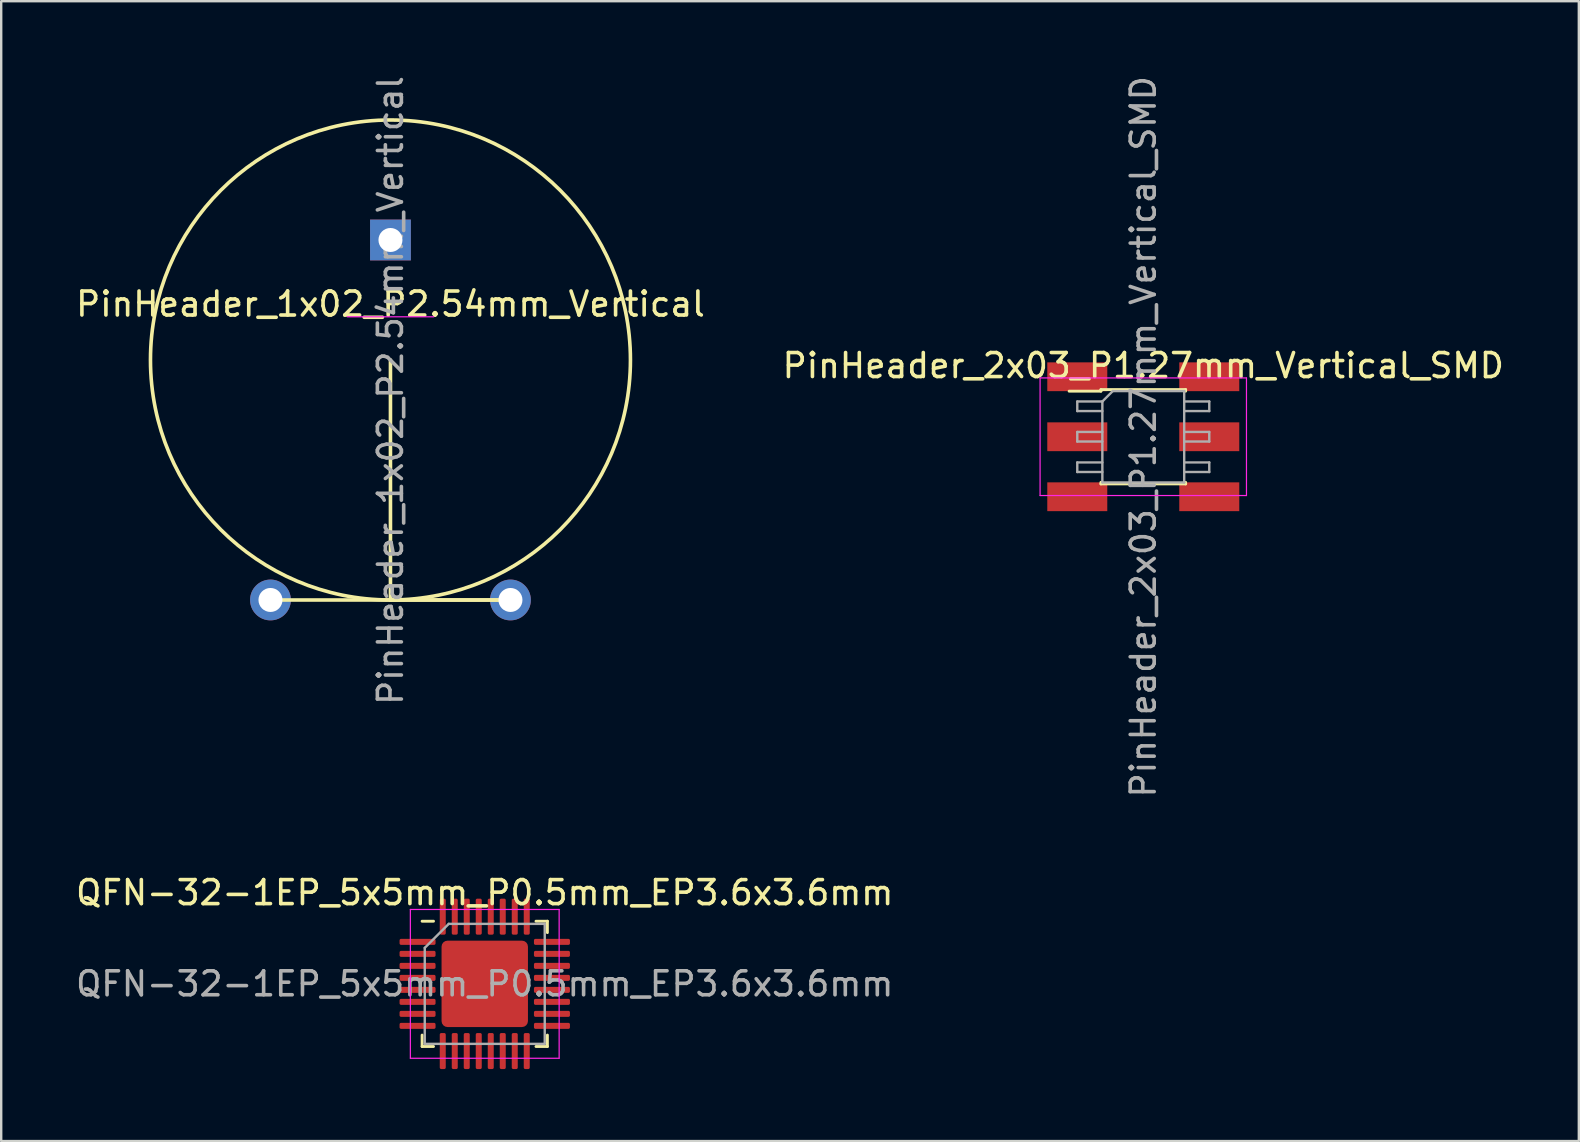
<source format=kicad_pcb>
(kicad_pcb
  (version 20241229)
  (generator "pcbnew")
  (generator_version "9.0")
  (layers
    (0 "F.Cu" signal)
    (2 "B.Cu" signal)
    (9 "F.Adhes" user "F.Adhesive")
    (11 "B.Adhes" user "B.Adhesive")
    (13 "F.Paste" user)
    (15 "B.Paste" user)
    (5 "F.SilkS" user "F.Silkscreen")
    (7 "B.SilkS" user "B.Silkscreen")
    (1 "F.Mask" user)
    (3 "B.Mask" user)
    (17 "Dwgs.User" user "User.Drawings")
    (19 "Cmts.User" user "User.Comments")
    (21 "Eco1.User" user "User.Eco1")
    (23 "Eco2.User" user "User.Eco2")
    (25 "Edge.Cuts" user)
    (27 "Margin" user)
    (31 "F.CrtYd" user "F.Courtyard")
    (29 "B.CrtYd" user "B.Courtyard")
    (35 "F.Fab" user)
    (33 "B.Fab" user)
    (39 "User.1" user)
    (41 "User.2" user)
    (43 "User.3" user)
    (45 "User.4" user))
  (footprint "PinHeader_1x02_P2.54mm_Vertical"
    (layer "F.Cu")
    (at 13.22 11.95)
    (property "Reference" "PinHeader_1x02_P2.54mm_Vertical" (at 0 -2.33 0) (layer "F.SilkS") (effects (font (size 1 1) (thickness 0.15))))
    (attr through_hole)
    (fp_line (start 0 0) (end 0 10) (stroke (width 0.15) (type solid)) (layer "F.SilkS"))
    (fp_line (start 0 10) (end -5 10) (stroke (width 0.15) (type solid)) (layer "F.SilkS"))
    (fp_line (start 0 10) (end 5 10) (stroke (width 0.15) (type solid)) (layer "F.SilkS"))
    (fp_line (start 5 10) (end 0 10) (stroke (width 0.15) (type solid)) (layer "F.SilkS"))
    (fp_circle (center 0 0) (end 10 0) (stroke (width 0.15) (type solid)) (fill no) (layer "F.SilkS"))
    (fp_line (start 1.8 -1.8) (end -1.8 -1.8) (stroke (width 0.05) (type solid)) (layer "F.CrtYd"))
    (fp_text user "${REFERENCE}" (at 0 1.27 90) (layer "F.Fab") (effects (font (size 1 1) (thickness 0.15))))
    (pad "1" thru_hole rect (at 0 -5) (size 1.7 1.7) (drill 1) (layers "*.Cu" "*.Mask"))
    (pad "2" thru_hole oval (at -5 10) (size 1.7 1.7) (drill 1) (layers "*.Cu" "*.Mask"))
    (pad "2" thru_hole oval (at 5 10) (size 1.7 1.7) (drill 1) (layers "*.Cu" "*.Mask")))
  (footprint "QFN-32-1EP_5x5mm_P0.5mm_EP3.6x3.6mm"
    (layer "F.Cu")
    (at 17.149 37.946)
    (property "Reference" "QFN-32-1EP_5x5mm_P0.5mm_EP3.6x3.6mm" (at 0 -3.8 0) (layer "F.SilkS") (effects (font (size 1 1) (thickness 0.15))))
    (attr smd)
    (fp_line (start -2.61 2.61) (end -2.61 2.135) (stroke (width 0.12) (type solid)) (layer "F.SilkS"))
    (fp_line (start -2.135 -2.61) (end -2.61 -2.61) (stroke (width 0.12) (type solid)) (layer "F.SilkS"))
    (fp_line (start -2.135 2.61) (end -2.61 2.61) (stroke (width 0.12) (type solid)) (layer "F.SilkS"))
    (fp_line (start 2.135 -2.61) (end 2.61 -2.61) (stroke (width 0.12) (type solid)) (layer "F.SilkS"))
    (fp_line (start 2.135 2.61) (end 2.61 2.61) (stroke (width 0.12) (type solid)) (layer "F.SilkS"))
    (fp_line (start 2.61 -2.61) (end 2.61 -2.135) (stroke (width 0.12) (type solid)) (layer "F.SilkS"))
    (fp_line (start 2.61 2.61) (end 2.61 2.135) (stroke (width 0.12) (type solid)) (layer "F.SilkS"))
    (fp_line (start -3.1 -3.1) (end -3.1 3.1) (stroke (width 0.05) (type solid)) (layer "F.CrtYd"))
    (fp_line (start -3.1 3.1) (end 3.1 3.1) (stroke (width 0.05) (type solid)) (layer "F.CrtYd"))
    (fp_line (start 3.1 -3.1) (end -3.1 -3.1) (stroke (width 0.05) (type solid)) (layer "F.CrtYd"))
    (fp_line (start 3.1 3.1) (end 3.1 -3.1) (stroke (width 0.05) (type solid)) (layer "F.CrtYd"))
    (fp_line (start -2.5 -1.5) (end -1.5 -2.5) (stroke (width 0.1) (type solid)) (layer "F.Fab"))
    (fp_line (start -2.5 2.5) (end -2.5 -1.5) (stroke (width 0.1) (type solid)) (layer "F.Fab"))
    (fp_line (start -1.5 -2.5) (end 2.5 -2.5) (stroke (width 0.1) (type solid)) (layer "F.Fab"))
    (fp_line (start 2.5 -2.5) (end 2.5 2.5) (stroke (width 0.1) (type solid)) (layer "F.Fab"))
    (fp_line (start 2.5 2.5) (end -2.5 2.5) (stroke (width 0.1) (type solid)) (layer "F.Fab"))
    (fp_text user "${REFERENCE}" (at 0 0 0) (layer "F.Fab") (effects (font (size 1 1) (thickness 0.15))))
    (pad "" smd roundrect (at -1.2 -1.2) (size 0.97 0.97) (layers "F.Paste") (roundrect_rratio 0.25))
    (pad "" smd roundrect (at -1.2 0) (size 0.97 0.97) (layers "F.Paste") (roundrect_rratio 0.25))
    (pad "" smd roundrect (at -1.2 1.2) (size 0.97 0.97) (layers "F.Paste") (roundrect_rratio 0.25))
    (pad "" smd roundrect (at 0 -1.2) (size 0.97 0.97) (layers "F.Paste") (roundrect_rratio 0.25))
    (pad "" smd roundrect (at 0 0) (size 0.97 0.97) (layers "F.Paste") (roundrect_rratio 0.25))
    (pad "" smd roundrect (at 0 1.2) (size 0.97 0.97) (layers "F.Paste") (roundrect_rratio 0.25))
    (pad "" smd roundrect (at 1.2 -1.2) (size 0.97 0.97) (layers "F.Paste") (roundrect_rratio 0.25))
    (pad "" smd roundrect (at 1.2 0) (size 0.97 0.97) (layers "F.Paste") (roundrect_rratio 0.25))
    (pad "" smd roundrect (at 1.2 1.2) (size 0.97 0.97) (layers "F.Paste") (roundrect_rratio 0.25))
    (pad "1" smd roundrect (at -2.8 -1.75) (size 1.5 0.25) (layers "F.Cu" "F.Mask" "F.Paste") (roundrect_rratio 0.25))
    (pad "2" smd roundrect (at -2.8 -1.25) (size 1.5 0.25) (layers "F.Cu" "F.Mask" "F.Paste") (roundrect_rratio 0.25))
    (pad "3" smd roundrect (at -2.8 -0.75) (size 1.5 0.25) (layers "F.Cu" "F.Mask" "F.Paste") (roundrect_rratio 0.25))
    (pad "4" smd roundrect (at -2.8 -0.25) (size 1.5 0.25) (layers "F.Cu" "F.Mask" "F.Paste") (roundrect_rratio 0.25))
    (pad "5" smd roundrect (at -2.8 0.25) (size 1.5 0.25) (layers "F.Cu" "F.Mask" "F.Paste") (roundrect_rratio 0.25))
    (pad "6" smd roundrect (at -2.8 0.75) (size 1.5 0.25) (layers "F.Cu" "F.Mask" "F.Paste") (roundrect_rratio 0.25))
    (pad "7" smd roundrect (at -2.8 1.25) (size 1.5 0.25) (layers "F.Cu" "F.Mask" "F.Paste") (roundrect_rratio 0.25))
    (pad "8" smd roundrect (at -2.8 1.75) (size 1.5 0.25) (layers "F.Cu" "F.Mask" "F.Paste") (roundrect_rratio 0.25))
    (pad "9" smd roundrect (at -1.75 2.8) (size 0.25 1.5) (layers "F.Cu" "F.Mask" "F.Paste") (roundrect_rratio 0.25))
    (pad "10" smd roundrect (at -1.25 2.8) (size 0.25 1.5) (layers "F.Cu" "F.Mask" "F.Paste") (roundrect_rratio 0.25))
    (pad "11" smd roundrect (at -0.75 2.8) (size 0.25 1.5) (layers "F.Cu" "F.Mask" "F.Paste") (roundrect_rratio 0.25))
    (pad "12" smd roundrect (at -0.25 2.8) (size 0.25 1.5) (layers "F.Cu" "F.Mask" "F.Paste") (roundrect_rratio 0.25))
    (pad "13" smd roundrect (at 0.25 2.8) (size 0.25 1.5) (layers "F.Cu" "F.Mask" "F.Paste") (roundrect_rratio 0.25))
    (pad "14" smd roundrect (at 0.75 2.8) (size 0.25 1.5) (layers "F.Cu" "F.Mask" "F.Paste") (roundrect_rratio 0.25))
    (pad "15" smd roundrect (at 1.25 2.8) (size 0.25 1.5) (layers "F.Cu" "F.Mask" "F.Paste") (roundrect_rratio 0.25))
    (pad "16" smd roundrect (at 1.75 2.8) (size 0.25 1.5) (layers "F.Cu" "F.Mask" "F.Paste") (roundrect_rratio 0.25))
    (pad "17" smd roundrect (at 2.8 1.75) (size 1.5 0.25) (layers "F.Cu" "F.Mask" "F.Paste") (roundrect_rratio 0.25))
    (pad "18" smd roundrect (at 2.8 1.25) (size 1.5 0.25) (layers "F.Cu" "F.Mask" "F.Paste") (roundrect_rratio 0.25))
    (pad "19" smd roundrect (at 2.8 0.75) (size 1.5 0.25) (layers "F.Cu" "F.Mask" "F.Paste") (roundrect_rratio 0.25))
    (pad "20" smd roundrect (at 2.8 0.25) (size 1.5 0.25) (layers "F.Cu" "F.Mask" "F.Paste") (roundrect_rratio 0.25))
    (pad "21" smd roundrect (at 2.8 -0.25) (size 1.5 0.25) (layers "F.Cu" "F.Mask" "F.Paste") (roundrect_rratio 0.25))
    (pad "22" smd roundrect (at 2.8 -0.75) (size 1.5 0.25) (layers "F.Cu" "F.Mask" "F.Paste") (roundrect_rratio 0.25))
    (pad "23" smd roundrect (at 2.8 -1.25) (size 1.5 0.25) (layers "F.Cu" "F.Mask" "F.Paste") (roundrect_rratio 0.25))
    (pad "24" smd roundrect (at 2.8 -1.75) (size 1.5 0.25) (layers "F.Cu" "F.Mask" "F.Paste") (roundrect_rratio 0.25))
    (pad "25" smd roundrect (at 1.75 -2.8) (size 0.25 1.5) (layers "F.Cu" "F.Mask" "F.Paste") (roundrect_rratio 0.25))
    (pad "26" smd roundrect (at 1.25 -2.8) (size 0.25 1.5) (layers "F.Cu" "F.Mask" "F.Paste") (roundrect_rratio 0.25))
    (pad "27" smd roundrect (at 0.75 -2.8) (size 0.25 1.5) (layers "F.Cu" "F.Mask" "F.Paste") (roundrect_rratio 0.25))
    (pad "28" smd roundrect (at 0.25 -2.8) (size 0.25 1.5) (layers "F.Cu" "F.Mask" "F.Paste") (roundrect_rratio 0.25))
    (pad "29" smd roundrect (at -0.25 -2.8) (size 0.25 1.5) (layers "F.Cu" "F.Mask" "F.Paste") (roundrect_rratio 0.25))
    (pad "30" smd roundrect (at -0.75 -2.8) (size 0.25 1.5) (layers "F.Cu" "F.Mask" "F.Paste") (roundrect_rratio 0.25))
    (pad "31" smd roundrect (at -1.25 -2.8) (size 0.25 1.5) (layers "F.Cu" "F.Mask" "F.Paste") (roundrect_rratio 0.25))
    (pad "32" smd roundrect (at -1.75 -2.8) (size 0.25 1.5) (layers "F.Cu" "F.Mask" "F.Paste") (roundrect_rratio 0.25))
    (pad "33" smd roundrect (at 0 0) (size 3.6 3.6) (layers "F.Cu" "F.Mask") (roundrect_rratio 0.069)))
  (footprint "PinHeader_2x03_P1.27mm_Vertical_SMD"
    (layer "F.Cu")
    (at 44.589 15.149)
    (property "Reference" "PinHeader_2x03_P1.27mm_Vertical_SMD" (at 0 -2.965 0) (layer "F.SilkS") (effects (font (size 1 1) (thickness 0.15))))
    (attr smd)
    (fp_line (start -3.09 -1.9) (end -1.765 -1.9) (stroke (width 0.12) (type solid)) (layer "F.SilkS"))
    (fp_line (start -1.765 -1.965) (end -1.765 -1.9) (stroke (width 0.12) (type solid)) (layer "F.SilkS"))
    (fp_line (start -1.765 -1.965) (end 1.765 -1.965) (stroke (width 0.12) (type solid)) (layer "F.SilkS"))
    (fp_line (start -1.765 1.9) (end -1.765 1.965) (stroke (width 0.12) (type solid)) (layer "F.SilkS"))
    (fp_line (start -1.765 1.965) (end 1.765 1.965) (stroke (width 0.12) (type solid)) (layer "F.SilkS"))
    (fp_line (start 1.765 -1.965) (end 1.765 -1.9) (stroke (width 0.12) (type solid)) (layer "F.SilkS"))
    (fp_line (start 1.765 1.9) (end 1.765 1.965) (stroke (width 0.12) (type solid)) (layer "F.SilkS"))
    (fp_line (start -4.3 -2.45) (end -4.3 2.45) (stroke (width 0.05) (type solid)) (layer "F.CrtYd"))
    (fp_line (start -4.3 2.45) (end 4.3 2.45) (stroke (width 0.05) (type solid)) (layer "F.CrtYd"))
    (fp_line (start 4.3 -2.45) (end -4.3 -2.45) (stroke (width 0.05) (type solid)) (layer "F.CrtYd"))
    (fp_line (start 4.3 2.45) (end 4.3 -2.45) (stroke (width 0.05) (type solid)) (layer "F.CrtYd"))
    (fp_line (start -2.75 -1.47) (end -2.75 -1.07) (stroke (width 0.1) (type solid)) (layer "F.Fab"))
    (fp_line (start -2.75 -1.07) (end -1.705 -1.07) (stroke (width 0.1) (type solid)) (layer "F.Fab"))
    (fp_line (start -2.75 -0.2) (end -2.75 0.2) (stroke (width 0.1) (type solid)) (layer "F.Fab"))
    (fp_line (start -2.75 0.2) (end -1.705 0.2) (stroke (width 0.1) (type solid)) (layer "F.Fab"))
    (fp_line (start -2.75 1.07) (end -2.75 1.47) (stroke (width 0.1) (type solid)) (layer "F.Fab"))
    (fp_line (start -2.75 1.47) (end -1.705 1.47) (stroke (width 0.1) (type solid)) (layer "F.Fab"))
    (fp_line (start -1.705 -1.47) (end -2.75 -1.47) (stroke (width 0.1) (type solid)) (layer "F.Fab"))
    (fp_line (start -1.705 -1.47) (end -1.27 -1.905) (stroke (width 0.1) (type solid)) (layer "F.Fab"))
    (fp_line (start -1.705 -0.2) (end -2.75 -0.2) (stroke (width 0.1) (type solid)) (layer "F.Fab"))
    (fp_line (start -1.705 1.07) (end -2.75 1.07) (stroke (width 0.1) (type solid)) (layer "F.Fab"))
    (fp_line (start -1.705 1.905) (end -1.705 -1.47) (stroke (width 0.1) (type solid)) (layer "F.Fab"))
    (fp_line (start -1.27 -1.905) (end 1.705 -1.905) (stroke (width 0.1) (type solid)) (layer "F.Fab"))
    (fp_line (start 1.705 -1.905) (end 1.705 1.905) (stroke (width 0.1) (type solid)) (layer "F.Fab"))
    (fp_line (start 1.705 -1.47) (end 2.75 -1.47) (stroke (width 0.1) (type solid)) (layer "F.Fab"))
    (fp_line (start 1.705 -0.2) (end 2.75 -0.2) (stroke (width 0.1) (type solid)) (layer "F.Fab"))
    (fp_line (start 1.705 1.07) (end 2.75 1.07) (stroke (width 0.1) (type solid)) (layer "F.Fab"))
    (fp_line (start 1.705 1.905) (end -1.705 1.905) (stroke (width 0.1) (type solid)) (layer "F.Fab"))
    (fp_line (start 2.75 -1.47) (end 2.75 -1.07) (stroke (width 0.1) (type solid)) (layer "F.Fab"))
    (fp_line (start 2.75 -1.07) (end 1.705 -1.07) (stroke (width 0.1) (type solid)) (layer "F.Fab"))
    (fp_line (start 2.75 -0.2) (end 2.75 0.2) (stroke (width 0.1) (type solid)) (layer "F.Fab"))
    (fp_line (start 2.75 0.2) (end 1.705 0.2) (stroke (width 0.1) (type solid)) (layer "F.Fab"))
    (fp_line (start 2.75 1.07) (end 2.75 1.47) (stroke (width 0.1) (type solid)) (layer "F.Fab"))
    (fp_line (start 2.75 1.47) (end 1.705 1.47) (stroke (width 0.1) (type solid)) (layer "F.Fab"))
    (fp_text user "${REFERENCE}" (at 0 0 90) (layer "F.Fab") (effects (font (size 1 1) (thickness 0.15))))
    (pad "1" smd rect (at -2.75 -2.5) (size 2.5 1.2) (layers "F.Cu" "F.Mask" "F.Paste"))
    (pad "2" smd rect (at 2.75 -2.5) (size 2.5 1.2) (layers "F.Cu" "F.Mask" "F.Paste"))
    (pad "3" smd rect (at -2.75 0) (size 2.5 1.2) (layers "F.Cu" "F.Mask" "F.Paste"))
    (pad "4" smd rect (at 2.75 0) (size 2.5 1.2) (layers "F.Cu" "F.Mask" "F.Paste"))
    (pad "5" smd rect (at -2.75 2.5) (size 2.5 1.2) (layers "F.Cu" "F.Mask" "F.Paste"))
    (pad "6" smd rect (at 2.75 2.5) (size 2.5 1.2) (layers "F.Cu" "F.Mask" "F.Paste")))
  (gr_rect
    (start -3 -3)
    (end 62.738 44.496)
    (stroke (width 0.1) (type default))
    (fill no)
    (layer "Edge.Cuts")))
</source>
